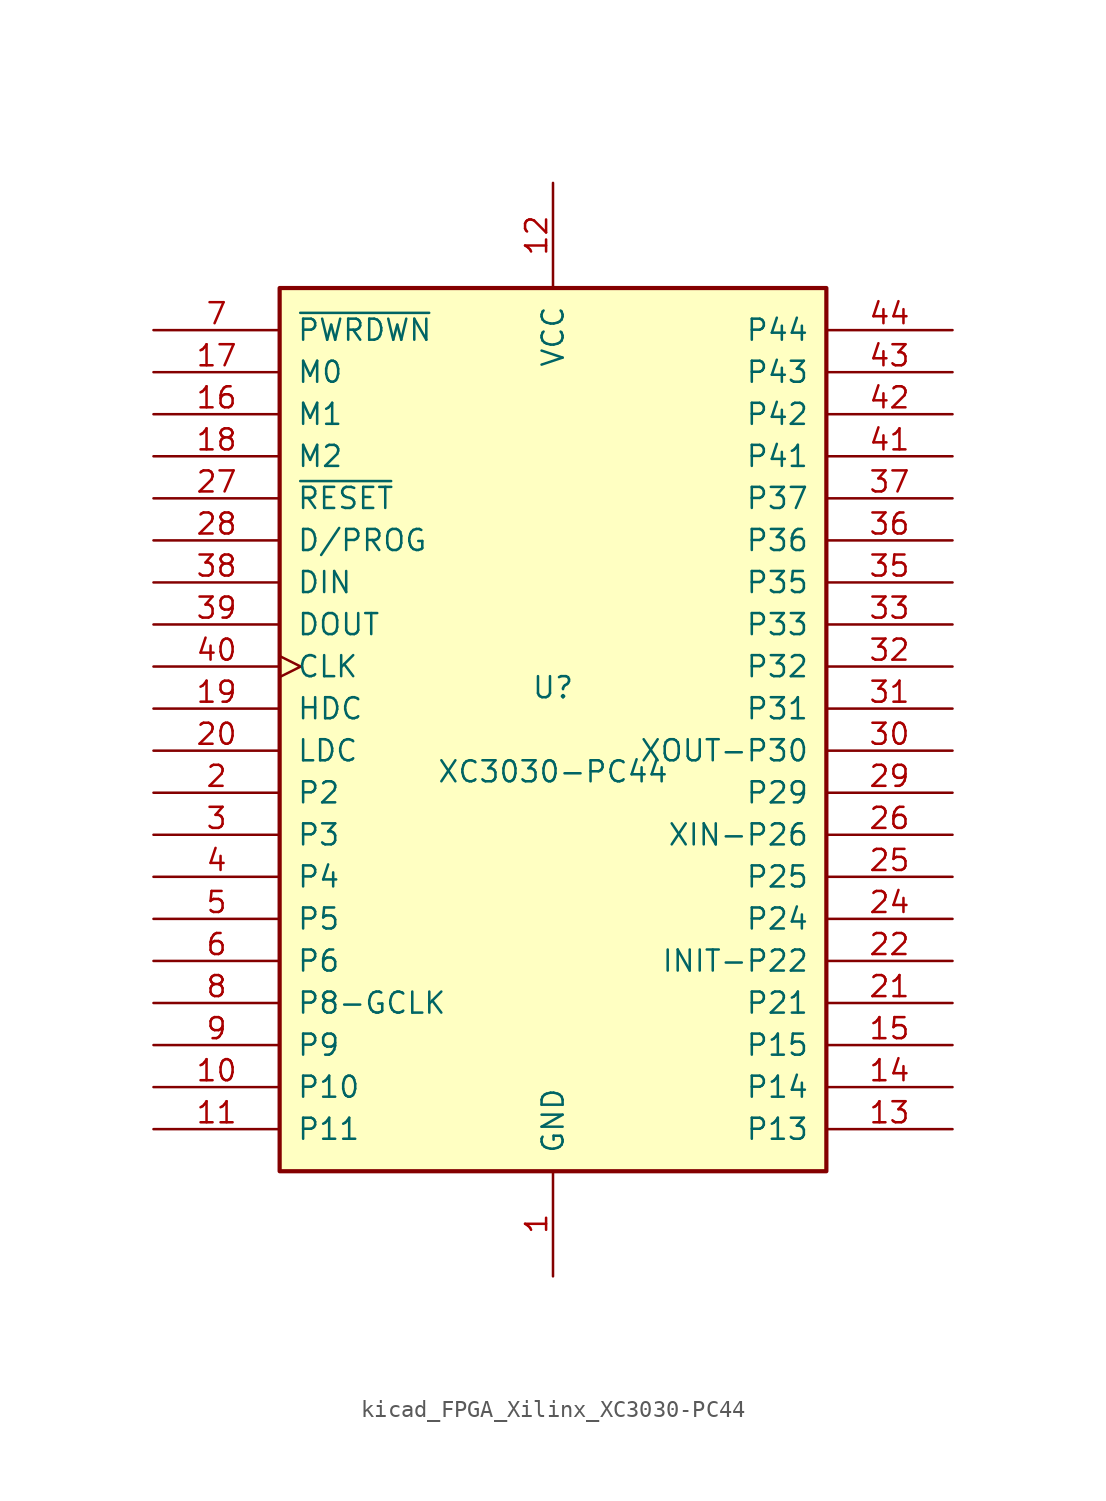
<source format=kicad_sym>
(kicad_symbol_lib
  (version 20220914)
  (generator kicad_symbol_editor)
  (symbol "kicad_FPGA_Xilinx_XC3030-PC44"
    (pin_names
      (offset 1.016))
    (property "Reference" "U"
      (at 0 2.54 0)
      (effects (font (size 1.27 1.27))))
    (property "Value" "XC3030-PC44"
      (at 0 -2.54 0)
      (effects (font (size 1.27 1.27))))
    (symbol "kicad_FPGA_Xilinx_XC3030-PC44_0_1"
      (rectangle (start -16.51 -26.67) (end 16.51 26.67) (stroke (width 0.254) (type default)) (fill (type background))))
    (symbol "kicad_FPGA_Xilinx_XC3030-PC44_1_1"
      (pin power_in line (at 0 -33.02 90) (length 6.35) (name "GND" (effects (font (size 1.27 1.27)))) (number "1" (effects (font (size 1.27 1.27)))))
      (pin passive line (at -24.13 -21.59 0) (length 7.62) (name "P10" (effects (font (size 1.27 1.27)))) (number "10" (effects (font (size 1.27 1.27)))))
      (pin passive line (at -24.13 -24.13 0) (length 7.62) (name "P11" (effects (font (size 1.27 1.27)))) (number "11" (effects (font (size 1.27 1.27)))))
      (pin power_in line (at 0 33.02 270) (length 6.35) (name "VCC" (effects (font (size 1.27 1.27)))) (number "12" (effects (font (size 1.27 1.27)))))
      (pin passive line (at 24.13 -24.13 180) (length 7.62) (name "P13" (effects (font (size 1.27 1.27)))) (number "13" (effects (font (size 1.27 1.27)))))
      (pin bidirectional line (at 24.13 -21.59 180) (length 7.62) (name "P14" (effects (font (size 1.27 1.27)))) (number "14" (effects (font (size 1.27 1.27)))))
      (pin passive line (at 24.13 -19.05 180) (length 7.62) (name "P15" (effects (font (size 1.27 1.27)))) (number "15" (effects (font (size 1.27 1.27)))))
      (pin input line (at -24.13 19.05 0) (length 7.62) (name "M1" (effects (font (size 1.27 1.27)))) (number "16" (effects (font (size 1.27 1.27)))))
      (pin input line (at -24.13 21.59 0) (length 7.62) (name "M0" (effects (font (size 1.27 1.27)))) (number "17" (effects (font (size 1.27 1.27)))))
      (pin bidirectional line (at -24.13 16.51 0) (length 7.62) (name "M2" (effects (font (size 1.27 1.27)))) (number "18" (effects (font (size 1.27 1.27)))))
      (pin output line (at -24.13 1.27 0) (length 7.62) (name "HDC" (effects (font (size 1.27 1.27)))) (number "19" (effects (font (size 1.27 1.27)))))
      (pin passive line (at -24.13 -3.81 0) (length 7.62) (name "P2" (effects (font (size 1.27 1.27)))) (number "2" (effects (font (size 1.27 1.27)))))
      (pin output line (at -24.13 -1.27 0) (length 7.62) (name "LDC" (effects (font (size 1.27 1.27)))) (number "20" (effects (font (size 1.27 1.27)))))
      (pin passive line (at 24.13 -16.51 180) (length 7.62) (name "P21" (effects (font (size 1.27 1.27)))) (number "21" (effects (font (size 1.27 1.27)))))
      (pin passive line (at 24.13 -13.97 180) (length 7.62) (name "INIT-P22" (effects (font (size 1.27 1.27)))) (number "22" (effects (font (size 1.27 1.27)))))
      (pin passive line (at 0 -33.02 90) (length 6.35) hide (name "GND" (effects (font (size 1.27 1.27)))) (number "23" (effects (font (size 1.27 1.27)))))
      (pin passive line (at 24.13 -11.43 180) (length 7.62) (name "P24" (effects (font (size 1.27 1.27)))) (number "24" (effects (font (size 1.27 1.27)))))
      (pin passive line (at 24.13 -8.89 180) (length 7.62) (name "P25" (effects (font (size 1.27 1.27)))) (number "25" (effects (font (size 1.27 1.27)))))
      (pin passive line (at 24.13 -6.35 180) (length 7.62) (name "XIN-P26" (effects (font (size 1.27 1.27)))) (number "26" (effects (font (size 1.27 1.27)))))
      (pin input line (at -24.13 13.97 0) (length 7.62) (name "~{RESET}" (effects (font (size 1.27 1.27)))) (number "27" (effects (font (size 1.27 1.27)))))
      (pin bidirectional line (at -24.13 11.43 0) (length 7.62) (name "D/PROG" (effects (font (size 1.27 1.27)))) (number "28" (effects (font (size 1.27 1.27)))))
      (pin passive line (at 24.13 -3.81 180) (length 7.62) (name "P29" (effects (font (size 1.27 1.27)))) (number "29" (effects (font (size 1.27 1.27)))))
      (pin passive line (at -24.13 -6.35 0) (length 7.62) (name "P3" (effects (font (size 1.27 1.27)))) (number "3" (effects (font (size 1.27 1.27)))))
      (pin passive line (at 24.13 -1.27 180) (length 7.62) (name "XOUT-P30" (effects (font (size 1.27 1.27)))) (number "30" (effects (font (size 1.27 1.27)))))
      (pin passive line (at 24.13 1.27 180) (length 7.62) (name "P31" (effects (font (size 1.27 1.27)))) (number "31" (effects (font (size 1.27 1.27)))))
      (pin passive line (at 24.13 3.81 180) (length 7.62) (name "P32" (effects (font (size 1.27 1.27)))) (number "32" (effects (font (size 1.27 1.27)))))
      (pin passive line (at 24.13 6.35 180) (length 7.62) (name "P33" (effects (font (size 1.27 1.27)))) (number "33" (effects (font (size 1.27 1.27)))))
      (pin passive line (at 0 33.02 270) (length 6.35) hide (name "VCC" (effects (font (size 1.27 1.27)))) (number "34" (effects (font (size 1.27 1.27)))))
      (pin passive line (at 24.13 8.89 180) (length 7.62) (name "P35" (effects (font (size 1.27 1.27)))) (number "35" (effects (font (size 1.27 1.27)))))
      (pin passive line (at 24.13 11.43 180) (length 7.62) (name "P36" (effects (font (size 1.27 1.27)))) (number "36" (effects (font (size 1.27 1.27)))))
      (pin passive line (at 24.13 13.97 180) (length 7.62) (name "P37" (effects (font (size 1.27 1.27)))) (number "37" (effects (font (size 1.27 1.27)))))
      (pin bidirectional line (at -24.13 8.89 0) (length 7.62) (name "DIN" (effects (font (size 1.27 1.27)))) (number "38" (effects (font (size 1.27 1.27)))))
      (pin bidirectional line (at -24.13 6.35 0) (length 7.62) (name "DOUT" (effects (font (size 1.27 1.27)))) (number "39" (effects (font (size 1.27 1.27)))))
      (pin passive line (at -24.13 -8.89 0) (length 7.62) (name "P4" (effects (font (size 1.27 1.27)))) (number "4" (effects (font (size 1.27 1.27)))))
      (pin input clock (at -24.13 3.81 0) (length 7.62) (name "CLK" (effects (font (size 1.27 1.27)))) (number "40" (effects (font (size 1.27 1.27)))))
      (pin passive line (at 24.13 16.51 180) (length 7.62) (name "P41" (effects (font (size 1.27 1.27)))) (number "41" (effects (font (size 1.27 1.27)))))
      (pin passive line (at 24.13 19.05 180) (length 7.62) (name "P42" (effects (font (size 1.27 1.27)))) (number "42" (effects (font (size 1.27 1.27)))))
      (pin passive line (at 24.13 21.59 180) (length 7.62) (name "P43" (effects (font (size 1.27 1.27)))) (number "43" (effects (font (size 1.27 1.27)))))
      (pin passive line (at 24.13 24.13 180) (length 7.62) (name "P44" (effects (font (size 1.27 1.27)))) (number "44" (effects (font (size 1.27 1.27)))))
      (pin passive line (at -24.13 -11.43 0) (length 7.62) (name "P5" (effects (font (size 1.27 1.27)))) (number "5" (effects (font (size 1.27 1.27)))))
      (pin passive line (at -24.13 -13.97 0) (length 7.62) (name "P6" (effects (font (size 1.27 1.27)))) (number "6" (effects (font (size 1.27 1.27)))))
      (pin input line (at -24.13 24.13 0) (length 7.62) (name "~{PWRDWN}" (effects (font (size 1.27 1.27)))) (number "7" (effects (font (size 1.27 1.27)))))
      (pin passive line (at -24.13 -16.51 0) (length 7.62) (name "P8-GCLK" (effects (font (size 1.27 1.27)))) (number "8" (effects (font (size 1.27 1.27)))))
      (pin bidirectional line (at -24.13 -19.05 0) (length 7.62) (name "P9" (effects (font (size 1.27 1.27)))) (number "9" (effects (font (size 1.27 1.27))))))))
</source>
